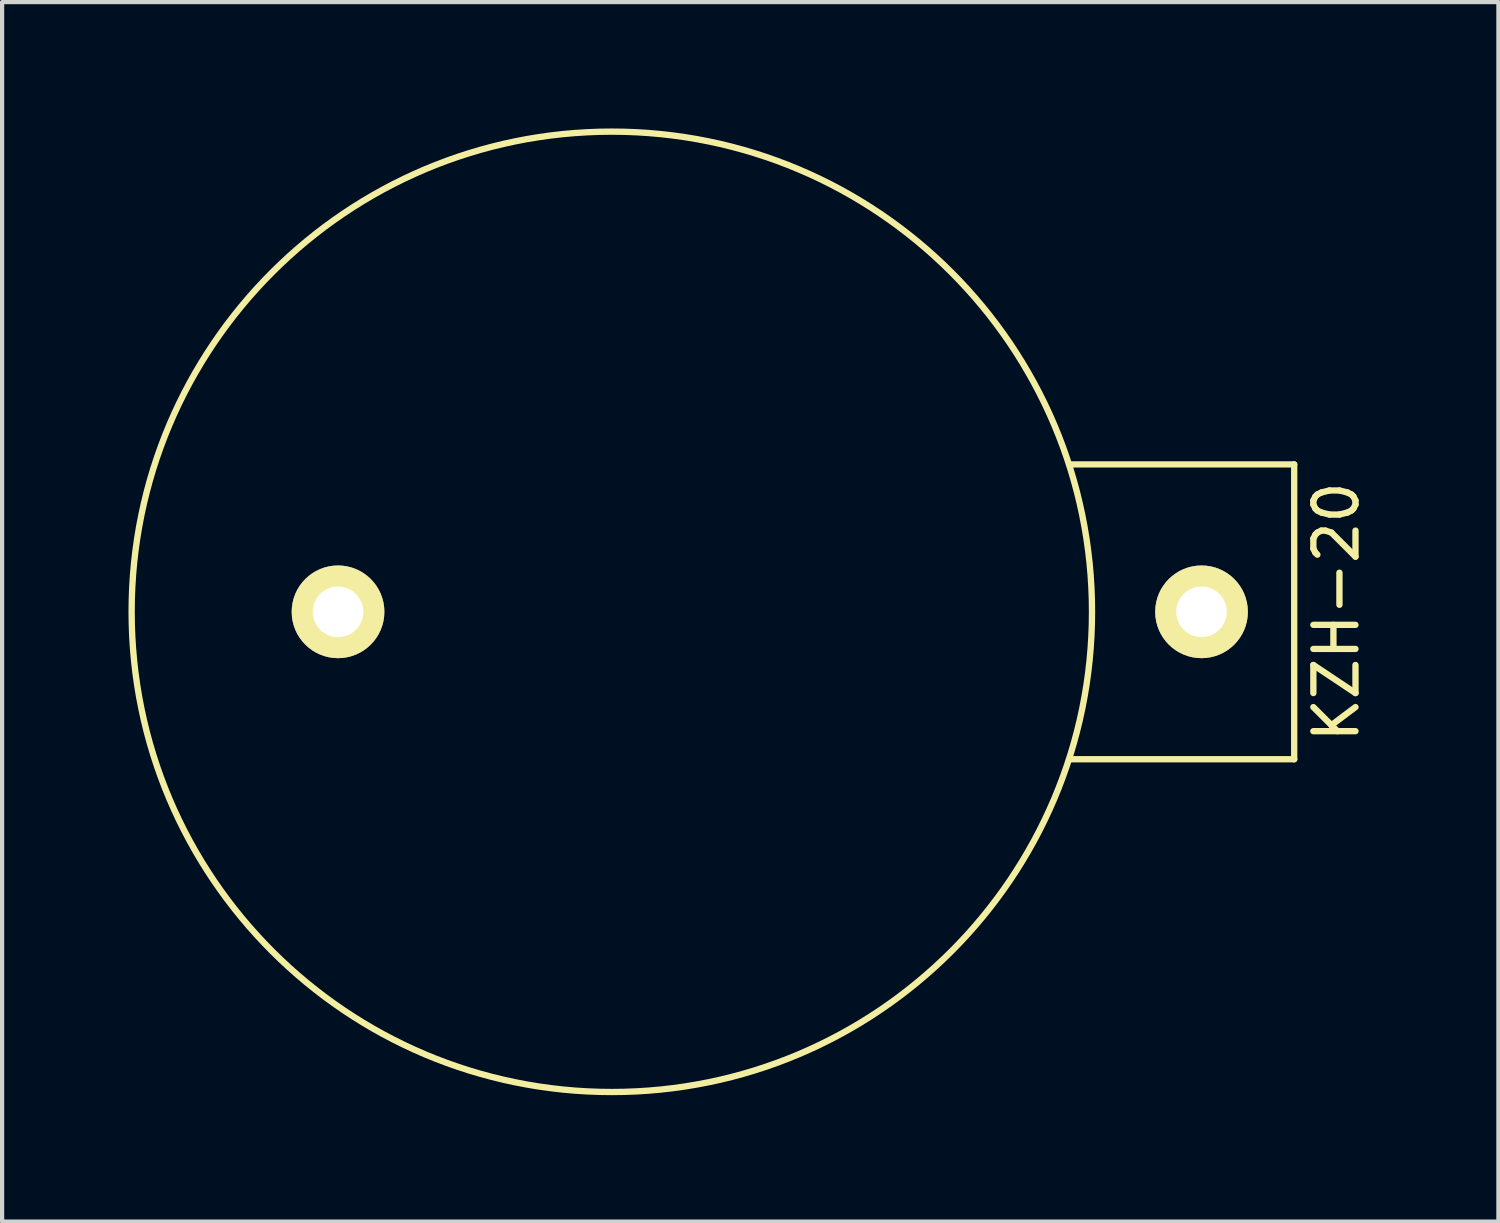
<source format=kicad_pcb>
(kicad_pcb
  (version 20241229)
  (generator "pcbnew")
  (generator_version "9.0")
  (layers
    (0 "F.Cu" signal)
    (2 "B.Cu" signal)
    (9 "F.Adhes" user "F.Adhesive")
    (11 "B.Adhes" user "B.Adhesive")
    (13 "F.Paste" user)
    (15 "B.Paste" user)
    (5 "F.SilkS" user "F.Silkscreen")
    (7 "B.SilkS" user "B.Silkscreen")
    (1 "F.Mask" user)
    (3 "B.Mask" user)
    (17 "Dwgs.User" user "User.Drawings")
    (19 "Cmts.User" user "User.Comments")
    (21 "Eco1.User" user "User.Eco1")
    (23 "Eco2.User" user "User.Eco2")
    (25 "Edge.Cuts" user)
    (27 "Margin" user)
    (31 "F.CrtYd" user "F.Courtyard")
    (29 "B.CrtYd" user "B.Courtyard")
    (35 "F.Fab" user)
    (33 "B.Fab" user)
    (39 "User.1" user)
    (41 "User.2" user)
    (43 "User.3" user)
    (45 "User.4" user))
  (footprint "KZH-20"
    (layer "F.Cu")
    (at 25.475 11.475)
    (property "Reference" "KZH-20" (at 3.2 0 90) (layer "F.SilkS") (effects (font (size 1 1) (thickness 0.15))))
    (attr through_hole)
    (fp_line (start 2.2 -3.5) (end -3.1 -3.5) (stroke (width 0.15) (type solid)) (layer "F.SilkS"))
    (fp_line (start 2.2 -3.5) (end 2.2 3.5) (stroke (width 0.15) (type solid)) (layer "F.SilkS"))
    (fp_line (start 2.2 3.5) (end -3.1 3.5) (stroke (width 0.15) (type solid)) (layer "F.SilkS"))
    (fp_circle (center -14 0) (end -25.4 0) (stroke (width 0.15) (type solid)) (fill no) (layer "F.SilkS"))
    (pad "1" thru_hole circle (at 0 0) (size 2.2 2.2) (drill 1.2) (layers "*.Cu" "*.Mask" "F.SilkS"))
    (pad "2" thru_hole circle (at -20.5 0) (size 2.2 2.2) (drill 1.2) (layers "*.Cu" "*.Mask" "F.SilkS")))
  (gr_rect
    (start -3 -3)
    (end 32.523 25.95)
    (stroke (width 0.1) (type default))
    (fill no)
    (layer "Edge.Cuts")))
</source>
